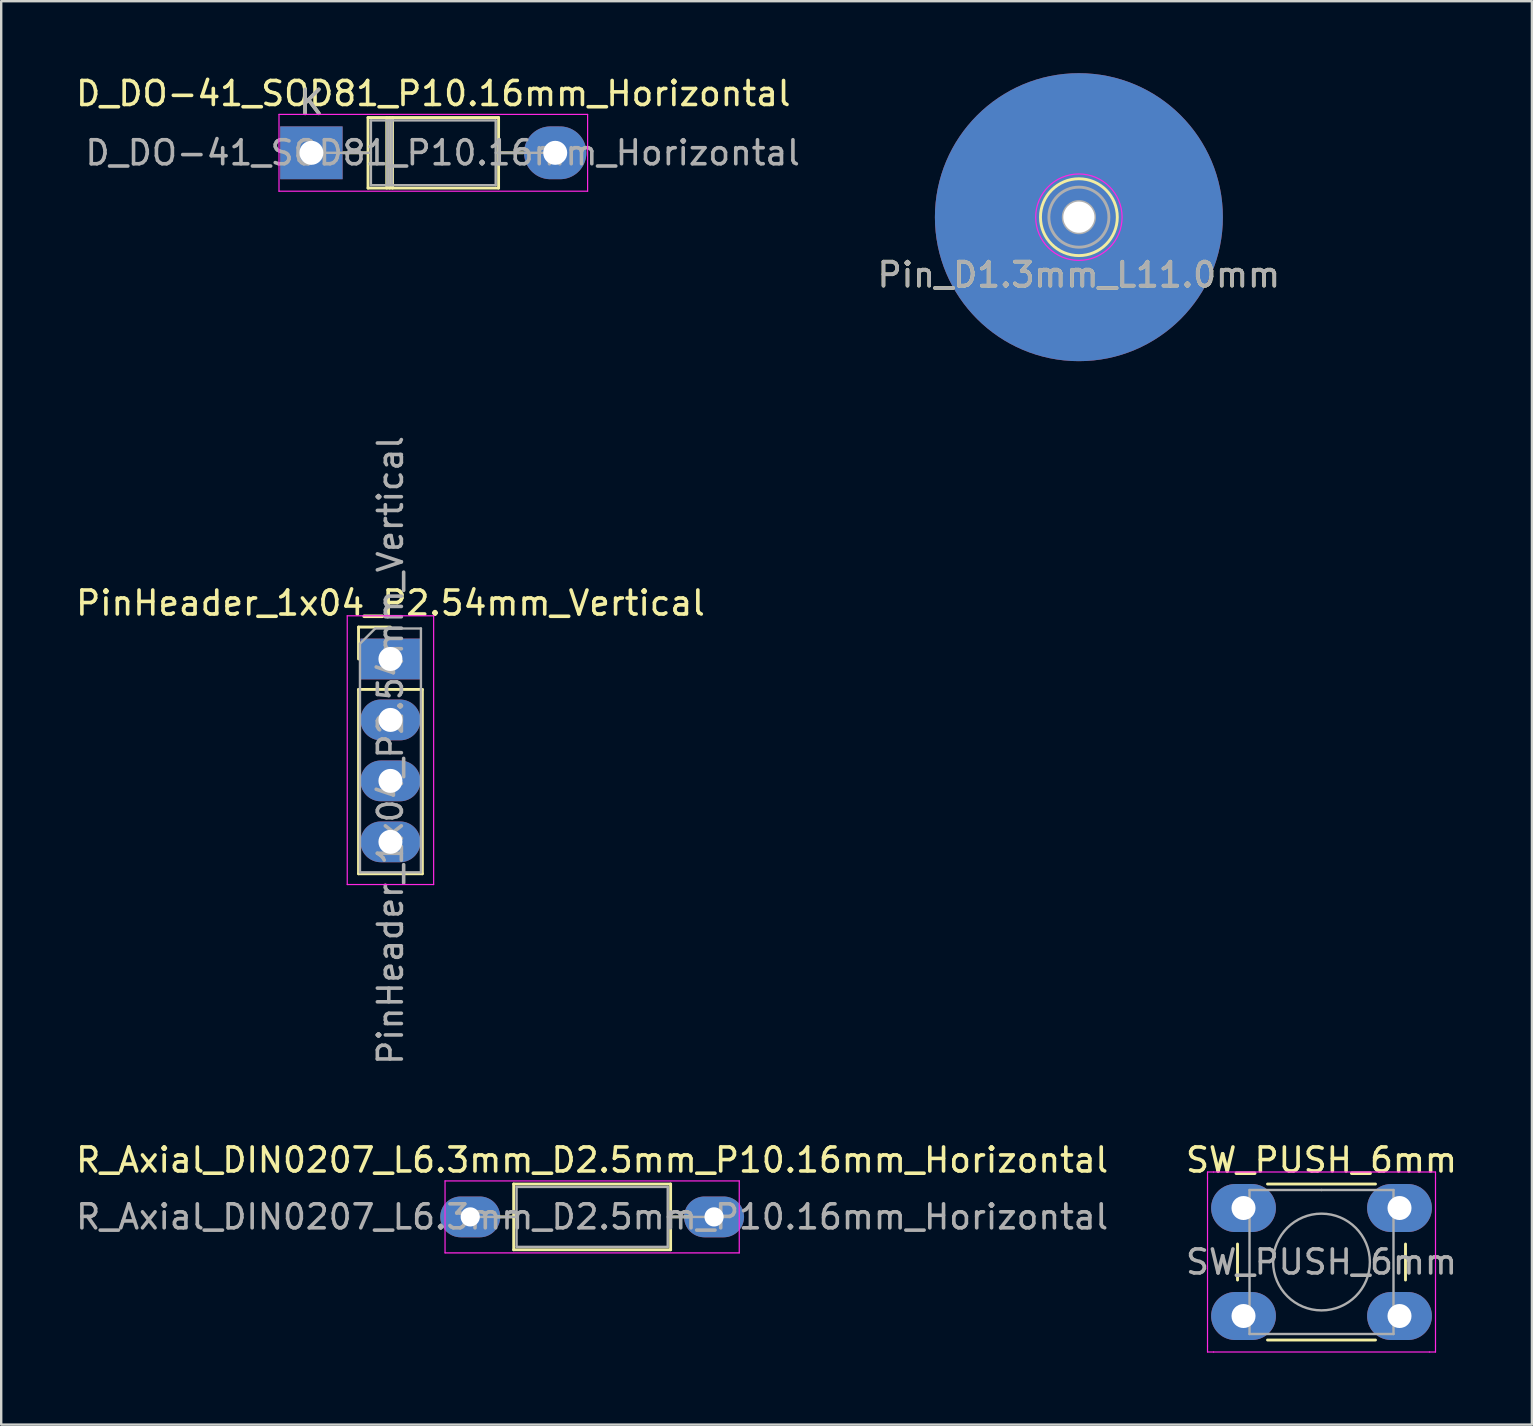
<source format=kicad_pcb>
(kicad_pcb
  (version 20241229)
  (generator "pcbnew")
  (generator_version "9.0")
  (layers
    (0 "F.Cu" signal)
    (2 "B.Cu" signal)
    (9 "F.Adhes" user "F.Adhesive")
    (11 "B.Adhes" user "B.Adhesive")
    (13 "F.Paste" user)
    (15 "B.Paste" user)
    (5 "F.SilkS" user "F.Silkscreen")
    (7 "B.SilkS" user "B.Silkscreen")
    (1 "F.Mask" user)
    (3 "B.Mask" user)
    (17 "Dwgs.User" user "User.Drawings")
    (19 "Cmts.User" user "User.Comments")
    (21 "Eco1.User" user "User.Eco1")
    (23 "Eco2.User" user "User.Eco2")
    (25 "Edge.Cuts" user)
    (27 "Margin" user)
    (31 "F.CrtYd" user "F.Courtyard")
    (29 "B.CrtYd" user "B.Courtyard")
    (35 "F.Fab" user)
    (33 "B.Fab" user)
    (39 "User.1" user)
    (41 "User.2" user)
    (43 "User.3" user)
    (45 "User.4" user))
  (footprint "D_DO-41_SOD81_P10.16mm_Horizontal"
    (layer "F.Cu")
    (at 9.926 3.318)
    (property "Reference" "D_DO-41_SOD81_P10.16mm_Horizontal" (at 5.08 -2.47 0) (layer "F.SilkS") (effects (font (size 1 1) (thickness 0.15))))
    (attr through_hole)
    (fp_line (start 1.34 0) (end 2.36 0) (stroke (width 0.12) (type solid)) (layer "F.SilkS"))
    (fp_line (start 2.36 -1.47) (end 2.36 1.47) (stroke (width 0.12) (type solid)) (layer "F.SilkS"))
    (fp_line (start 2.36 1.47) (end 7.8 1.47) (stroke (width 0.12) (type solid)) (layer "F.SilkS"))
    (fp_line (start 3.14 -1.47) (end 3.14 1.47) (stroke (width 0.12) (type solid)) (layer "F.SilkS"))
    (fp_line (start 3.26 -1.47) (end 3.26 1.47) (stroke (width 0.12) (type solid)) (layer "F.SilkS"))
    (fp_line (start 3.38 -1.47) (end 3.38 1.47) (stroke (width 0.12) (type solid)) (layer "F.SilkS"))
    (fp_line (start 7.8 -1.47) (end 2.36 -1.47) (stroke (width 0.12) (type solid)) (layer "F.SilkS"))
    (fp_line (start 7.8 1.47) (end 7.8 -1.47) (stroke (width 0.12) (type solid)) (layer "F.SilkS"))
    (fp_line (start 8.82 0) (end 7.8 0) (stroke (width 0.12) (type solid)) (layer "F.SilkS"))
    (fp_line (start -1.35 -1.6) (end -1.35 1.6) (stroke (width 0.05) (type solid)) (layer "F.CrtYd"))
    (fp_line (start -1.35 1.6) (end 11.51 1.6) (stroke (width 0.05) (type solid)) (layer "F.CrtYd"))
    (fp_line (start 11.51 -1.6) (end -1.35 -1.6) (stroke (width 0.05) (type solid)) (layer "F.CrtYd"))
    (fp_line (start 11.51 1.6) (end 11.51 -1.6) (stroke (width 0.05) (type solid)) (layer "F.CrtYd"))
    (fp_line (start 0 0) (end 2.48 0) (stroke (width 0.1) (type solid)) (layer "F.Fab"))
    (fp_line (start 2.48 -1.35) (end 2.48 1.35) (stroke (width 0.1) (type solid)) (layer "F.Fab"))
    (fp_line (start 2.48 1.35) (end 7.68 1.35) (stroke (width 0.1) (type solid)) (layer "F.Fab"))
    (fp_line (start 3.16 -1.35) (end 3.16 1.35) (stroke (width 0.1) (type solid)) (layer "F.Fab"))
    (fp_line (start 3.26 -1.35) (end 3.26 1.35) (stroke (width 0.1) (type solid)) (layer "F.Fab"))
    (fp_line (start 3.36 -1.35) (end 3.36 1.35) (stroke (width 0.1) (type solid)) (layer "F.Fab"))
    (fp_line (start 7.68 -1.35) (end 2.48 -1.35) (stroke (width 0.1) (type solid)) (layer "F.Fab"))
    (fp_line (start 7.68 1.35) (end 7.68 -1.35) (stroke (width 0.1) (type solid)) (layer "F.Fab"))
    (fp_line (start 10.16 0) (end 7.68 0) (stroke (width 0.1) (type solid)) (layer "F.Fab"))
    (fp_text user "K" (at 0 -2.1 0) (layer "F.SilkS") (effects (font (size 1 1) (thickness 0.15))))
    (fp_text user "${REFERENCE}" (at 5.47 0 0) (layer "F.Fab") (effects (font (size 1 1) (thickness 0.15))))
    (fp_text user "K" (at 0 -2.1 0) (layer "F.Fab") (effects (font (size 1 1) (thickness 0.15))))
    (pad "1" thru_hole rect (at 0 0) (size 2.6 2.2) (drill 1) (layers "*.Cu" "*.Mask"))
    (pad "2" thru_hole oval (at 10.16 0) (size 2.6 2.2) (drill 1) (layers "*.Cu" "*.Mask")))
  (footprint "PinHeader_1x04_P2.54mm_Vertical"
    (layer "F.Cu")
    (at 13.22 24.41)
    (property "Reference" "PinHeader_1x04_P2.54mm_Vertical" (at 0 -2.33 0) (layer "F.SilkS") (effects (font (size 1 1) (thickness 0.15))))
    (attr through_hole)
    (fp_line (start -1.33 -1.33) (end 0 -1.33) (stroke (width 0.12) (type solid)) (layer "F.SilkS"))
    (fp_line (start -1.33 0) (end -1.33 -1.33) (stroke (width 0.12) (type solid)) (layer "F.SilkS"))
    (fp_line (start -1.33 1.27) (end -1.33 8.95) (stroke (width 0.12) (type solid)) (layer "F.SilkS"))
    (fp_line (start -1.33 1.27) (end 1.33 1.27) (stroke (width 0.12) (type solid)) (layer "F.SilkS"))
    (fp_line (start -1.33 8.95) (end 1.33 8.95) (stroke (width 0.12) (type solid)) (layer "F.SilkS"))
    (fp_line (start 1.33 1.27) (end 1.33 8.95) (stroke (width 0.12) (type solid)) (layer "F.SilkS"))
    (fp_line (start -1.8 -1.8) (end -1.8 9.4) (stroke (width 0.05) (type solid)) (layer "F.CrtYd"))
    (fp_line (start -1.8 9.4) (end 1.8 9.4) (stroke (width 0.05) (type solid)) (layer "F.CrtYd"))
    (fp_line (start 1.8 -1.8) (end -1.8 -1.8) (stroke (width 0.05) (type solid)) (layer "F.CrtYd"))
    (fp_line (start 1.8 9.4) (end 1.8 -1.8) (stroke (width 0.05) (type solid)) (layer "F.CrtYd"))
    (fp_line (start -1.27 -0.635) (end -0.635 -1.27) (stroke (width 0.1) (type solid)) (layer "F.Fab"))
    (fp_line (start -1.27 8.89) (end -1.27 -0.635) (stroke (width 0.1) (type solid)) (layer "F.Fab"))
    (fp_line (start -0.635 -1.27) (end 1.27 -1.27) (stroke (width 0.1) (type solid)) (layer "F.Fab"))
    (fp_line (start 1.27 -1.27) (end 1.27 8.89) (stroke (width 0.1) (type solid)) (layer "F.Fab"))
    (fp_line (start 1.27 8.89) (end -1.27 8.89) (stroke (width 0.1) (type solid)) (layer "F.Fab"))
    (fp_text user "${REFERENCE}" (at 0 3.81 90) (layer "F.Fab") (effects (font (size 1 1) (thickness 0.15))))
    (pad "1" thru_hole rect (at 0 0) (size 2.5 1.7) (drill 1) (layers "*.Cu" "*.Mask"))
    (pad "2" thru_hole oval (at 0 2.54) (size 2.5 1.7) (drill 1) (layers "*.Cu" "*.Mask"))
    (pad "3" thru_hole oval (at 0 5.08) (size 2.5 1.7) (drill 1) (layers "*.Cu" "*.Mask"))
    (pad "4" thru_hole oval (at 0 7.62) (size 2.5 1.7) (drill 1) (layers "*.Cu" "*.Mask")))
  (footprint "Pin_D1.3mm_L11.0mm"
    (layer "F.Cu")
    (at 41.908 6)
    (property "Reference" "Pin_D1.3mm_L11.0mm" (at 0 2.4 0) (layer "F.SilkS") (effects (font (size 1 1) (thickness 0.15))))
    (attr through_hole)
    (fp_circle (center 0 0) (end 1.6 0.05) (stroke (width 0.12) (type solid)) (fill no) (layer "F.SilkS"))
    (fp_circle (center 0 0) (end 1.8 0) (stroke (width 0.05) (type solid)) (fill no) (layer "F.CrtYd"))
    (fp_circle (center 0 0) (end 0.65 -0.05) (stroke (width 0.12) (type solid)) (fill no) (layer "F.Fab"))
    (fp_circle (center 0 0) (end 1.25 -0.05) (stroke (width 0.12) (type solid)) (fill no) (layer "F.Fab"))
    (fp_text user "${REFERENCE}" (at 0 2.4 0) (layer "F.Fab") (effects (font (size 1 1) (thickness 0.15))))
    (pad "1" thru_hole circle (at 0 0) (size 12 12) (drill 1.3) (layers "*.Cu" "*.Mask")))
  (footprint "SW_PUSH_6mm"
    (layer "F.Cu")
    (at 48.768 47.289)
    (property "Reference" "SW_PUSH_6mm" (at 3.25 -2 0) (layer "F.SilkS") (effects (font (size 1 1) (thickness 0.15))))
    (attr through_hole)
    (fp_line (start -0.25 1.5) (end -0.25 3) (stroke (width 0.12) (type solid)) (layer "F.SilkS"))
    (fp_line (start 1 5.5) (end 5.5 5.5) (stroke (width 0.12) (type solid)) (layer "F.SilkS"))
    (fp_line (start 5.5 -1) (end 1 -1) (stroke (width 0.12) (type solid)) (layer "F.SilkS"))
    (fp_line (start 6.75 3) (end 6.75 1.5) (stroke (width 0.12) (type solid)) (layer "F.SilkS"))
    (fp_line (start -1.5 -1.5) (end -1.25 -1.5) (stroke (width 0.05) (type solid)) (layer "F.CrtYd"))
    (fp_line (start -1.5 -1.25) (end -1.5 -1.5) (stroke (width 0.05) (type solid)) (layer "F.CrtYd"))
    (fp_line (start -1.5 5.75) (end -1.5 -1.25) (stroke (width 0.05) (type solid)) (layer "F.CrtYd"))
    (fp_line (start -1.5 5.75) (end -1.5 6) (stroke (width 0.05) (type solid)) (layer "F.CrtYd"))
    (fp_line (start -1.5 6) (end -1.25 6) (stroke (width 0.05) (type solid)) (layer "F.CrtYd"))
    (fp_line (start -1.25 -1.5) (end 7.75 -1.5) (stroke (width 0.05) (type solid)) (layer "F.CrtYd"))
    (fp_line (start 7.75 -1.5) (end 8 -1.5) (stroke (width 0.05) (type solid)) (layer "F.CrtYd"))
    (fp_line (start 7.75 6) (end -1.25 6) (stroke (width 0.05) (type solid)) (layer "F.CrtYd"))
    (fp_line (start 7.75 6) (end 8 6) (stroke (width 0.05) (type solid)) (layer "F.CrtYd"))
    (fp_line (start 8 -1.5) (end 8 -1.25) (stroke (width 0.05) (type solid)) (layer "F.CrtYd"))
    (fp_line (start 8 -1.25) (end 8 5.75) (stroke (width 0.05) (type solid)) (layer "F.CrtYd"))
    (fp_line (start 8 6) (end 8 5.75) (stroke (width 0.05) (type solid)) (layer "F.CrtYd"))
    (fp_line (start 0.25 -0.75) (end 3.25 -0.75) (stroke (width 0.1) (type solid)) (layer "F.Fab"))
    (fp_line (start 0.25 5.25) (end 0.25 -0.75) (stroke (width 0.1) (type solid)) (layer "F.Fab"))
    (fp_line (start 3.25 -0.75) (end 6.25 -0.75) (stroke (width 0.1) (type solid)) (layer "F.Fab"))
    (fp_line (start 6.25 -0.75) (end 6.25 5.25) (stroke (width 0.1) (type solid)) (layer "F.Fab"))
    (fp_line (start 6.25 5.25) (end 0.25 5.25) (stroke (width 0.1) (type solid)) (layer "F.Fab"))
    (fp_circle (center 3.25 2.25) (end 1.25 2.5) (stroke (width 0.1) (type solid)) (fill no) (layer "F.Fab"))
    (fp_text user "${REFERENCE}" (at 3.25 2.25 0) (layer "F.Fab") (effects (font (size 1 1) (thickness 0.15))))
    (pad "1" thru_hole oval (at 0 0 90) (size 2 2.7) (drill 1) (layers "*.Cu" "*.Mask"))
    (pad "1" thru_hole oval (at 6.5 0 90) (size 2 2.7) (drill 1) (layers "*.Cu" "*.Mask"))
    (pad "2" thru_hole oval (at 0 4.5 90) (size 2 2.7) (drill 1) (layers "*.Cu" "*.Mask"))
    (pad "2" thru_hole oval (at 6.5 4.5 90) (size 2 2.7) (drill 1) (layers "*.Cu" "*.Mask")))
  (footprint "R_Axial_DIN0207_L6.3mm_D2.5mm_P10.16mm_Horizontal"
    (layer "F.Cu")
    (at 16.545 47.659)
    (property "Reference" "R_Axial_DIN0207_L6.3mm_D2.5mm_P10.16mm_Horizontal" (at 5.08 -2.37 0) (layer "F.SilkS") (effects (font (size 1 1) (thickness 0.15))))
    (attr through_hole)
    (fp_line (start 1.04 0) (end 1.81 0) (stroke (width 0.12) (type solid)) (layer "F.SilkS"))
    (fp_line (start 1.81 -1.37) (end 1.81 1.37) (stroke (width 0.12) (type solid)) (layer "F.SilkS"))
    (fp_line (start 1.81 1.37) (end 8.35 1.37) (stroke (width 0.12) (type solid)) (layer "F.SilkS"))
    (fp_line (start 8.35 -1.37) (end 1.81 -1.37) (stroke (width 0.12) (type solid)) (layer "F.SilkS"))
    (fp_line (start 8.35 1.37) (end 8.35 -1.37) (stroke (width 0.12) (type solid)) (layer "F.SilkS"))
    (fp_line (start 9.12 0) (end 8.35 0) (stroke (width 0.12) (type solid)) (layer "F.SilkS"))
    (fp_line (start -1.05 -1.5) (end -1.05 1.5) (stroke (width 0.05) (type solid)) (layer "F.CrtYd"))
    (fp_line (start -1.05 1.5) (end 11.21 1.5) (stroke (width 0.05) (type solid)) (layer "F.CrtYd"))
    (fp_line (start 11.21 -1.5) (end -1.05 -1.5) (stroke (width 0.05) (type solid)) (layer "F.CrtYd"))
    (fp_line (start 11.21 1.5) (end 11.21 -1.5) (stroke (width 0.05) (type solid)) (layer "F.CrtYd"))
    (fp_line (start 0 0) (end 1.93 0) (stroke (width 0.1) (type solid)) (layer "F.Fab"))
    (fp_line (start 1.93 -1.25) (end 1.93 1.25) (stroke (width 0.1) (type solid)) (layer "F.Fab"))
    (fp_line (start 1.93 1.25) (end 8.23 1.25) (stroke (width 0.1) (type solid)) (layer "F.Fab"))
    (fp_line (start 8.23 -1.25) (end 1.93 -1.25) (stroke (width 0.1) (type solid)) (layer "F.Fab"))
    (fp_line (start 8.23 1.25) (end 8.23 -1.25) (stroke (width 0.1) (type solid)) (layer "F.Fab"))
    (fp_line (start 10.16 0) (end 8.23 0) (stroke (width 0.1) (type solid)) (layer "F.Fab"))
    (fp_text user "${REFERENCE}" (at 5.08 0 0) (layer "F.Fab") (effects (font (size 1 1) (thickness 0.15))))
    (pad "1" thru_hole oval (at 0 0) (size 2.5 1.7) (drill 0.8) (layers "*.Cu" "*.Mask"))
    (pad "2" thru_hole oval (at 10.16 0) (size 2.5 1.7) (drill 0.8) (layers "*.Cu" "*.Mask")))
  (gr_rect
    (start -3 -3)
    (end 60.786 56.314)
    (stroke (width 0.1) (type default))
    (fill no)
    (layer "Edge.Cuts")))
</source>
